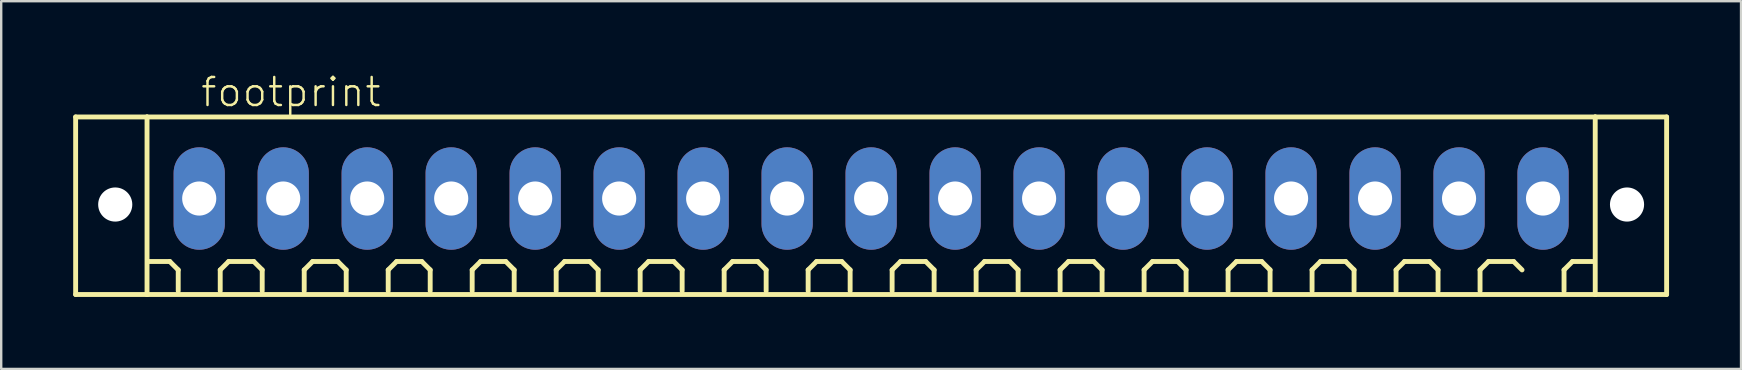
<source format=kicad_pcb>
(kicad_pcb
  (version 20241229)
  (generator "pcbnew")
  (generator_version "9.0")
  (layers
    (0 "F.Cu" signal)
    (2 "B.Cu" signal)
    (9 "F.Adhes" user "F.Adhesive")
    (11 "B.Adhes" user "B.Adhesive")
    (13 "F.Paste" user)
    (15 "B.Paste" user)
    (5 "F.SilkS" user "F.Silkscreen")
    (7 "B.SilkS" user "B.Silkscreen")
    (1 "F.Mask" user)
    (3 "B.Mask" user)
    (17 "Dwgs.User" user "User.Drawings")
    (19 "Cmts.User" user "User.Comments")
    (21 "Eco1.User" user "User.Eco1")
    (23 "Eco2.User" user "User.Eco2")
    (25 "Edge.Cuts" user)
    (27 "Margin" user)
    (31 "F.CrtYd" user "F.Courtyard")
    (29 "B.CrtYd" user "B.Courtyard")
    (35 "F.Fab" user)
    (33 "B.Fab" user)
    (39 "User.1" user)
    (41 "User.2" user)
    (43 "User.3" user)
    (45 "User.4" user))
  (footprint "footprint"
    (layer "F.Cu")
    (at 33.252 5.223)
    (property "Reference" "footprint" (at -28 -3.75 0) (layer "F.SilkS") (effects (font (size 1.168 1.168) (thickness 0.102)) (justify left bottom)))
    (fp_line (start -33.15 -3.4) (end -30.175 -3.4) (stroke (width 0.203) (type solid)) (layer "F.SilkS"))
    (fp_line (start -33.15 4) (end -33.15 -3.4) (stroke (width 0.203) (type solid)) (layer "F.SilkS"))
    (fp_line (start -30.175 -3.4) (end 30.175 -3.4) (stroke (width 0.203) (type solid)) (layer "F.SilkS"))
    (fp_line (start -30.175 4) (end -33.15 4) (stroke (width 0.203) (type solid)) (layer "F.SilkS"))
    (fp_line (start -30.175 4) (end -30.175 -3.4) (stroke (width 0.203) (type solid)) (layer "F.SilkS"))
    (fp_line (start -29.225 2.625) (end -30.1 2.625) (stroke (width 0.203) (type solid)) (layer "F.SilkS"))
    (fp_line (start -28.875 2.975) (end -29.225 2.625) (stroke (width 0.203) (type solid)) (layer "F.SilkS"))
    (fp_line (start -28.875 3.85) (end -28.875 2.975) (stroke (width 0.203) (type solid)) (layer "F.SilkS"))
    (fp_line (start -27.125 2.975) (end -26.775 2.625) (stroke (width 0.203) (type solid)) (layer "F.SilkS"))
    (fp_line (start -27.125 3.85) (end -27.125 2.975) (stroke (width 0.203) (type solid)) (layer "F.SilkS"))
    (fp_line (start -26.775 2.625) (end -25.725 2.625) (stroke (width 0.203) (type solid)) (layer "F.SilkS"))
    (fp_line (start -25.725 2.625) (end -25.375 2.975) (stroke (width 0.203) (type solid)) (layer "F.SilkS"))
    (fp_line (start -25.375 2.975) (end -25.375 3.85) (stroke (width 0.203) (type solid)) (layer "F.SilkS"))
    (fp_line (start -23.625 2.975) (end -23.275 2.625) (stroke (width 0.203) (type solid)) (layer "F.SilkS"))
    (fp_line (start -23.625 3.85) (end -23.625 2.975) (stroke (width 0.203) (type solid)) (layer "F.SilkS"))
    (fp_line (start -23.275 2.625) (end -22.225 2.625) (stroke (width 0.203) (type solid)) (layer "F.SilkS"))
    (fp_line (start -22.225 2.625) (end -21.875 2.975) (stroke (width 0.203) (type solid)) (layer "F.SilkS"))
    (fp_line (start -21.875 2.975) (end -21.875 3.85) (stroke (width 0.203) (type solid)) (layer "F.SilkS"))
    (fp_line (start -20.125 2.975) (end -19.775 2.625) (stroke (width 0.203) (type solid)) (layer "F.SilkS"))
    (fp_line (start -20.125 3.85) (end -20.125 2.975) (stroke (width 0.203) (type solid)) (layer "F.SilkS"))
    (fp_line (start -19.775 2.625) (end -18.725 2.625) (stroke (width 0.203) (type solid)) (layer "F.SilkS"))
    (fp_line (start -18.725 2.625) (end -18.375 2.975) (stroke (width 0.203) (type solid)) (layer "F.SilkS"))
    (fp_line (start -18.375 2.975) (end -18.375 3.85) (stroke (width 0.203) (type solid)) (layer "F.SilkS"))
    (fp_line (start -16.625 2.975) (end -16.275 2.625) (stroke (width 0.203) (type solid)) (layer "F.SilkS"))
    (fp_line (start -16.625 3.85) (end -16.625 2.975) (stroke (width 0.203) (type solid)) (layer "F.SilkS"))
    (fp_line (start -16.275 2.625) (end -15.225 2.625) (stroke (width 0.203) (type solid)) (layer "F.SilkS"))
    (fp_line (start -15.225 2.625) (end -14.875 2.975) (stroke (width 0.203) (type solid)) (layer "F.SilkS"))
    (fp_line (start -14.875 2.975) (end -14.875 3.85) (stroke (width 0.203) (type solid)) (layer "F.SilkS"))
    (fp_line (start -13.125 2.975) (end -12.775 2.625) (stroke (width 0.203) (type solid)) (layer "F.SilkS"))
    (fp_line (start -13.125 3.85) (end -13.125 2.975) (stroke (width 0.203) (type solid)) (layer "F.SilkS"))
    (fp_line (start -12.775 2.625) (end -11.725 2.625) (stroke (width 0.203) (type solid)) (layer "F.SilkS"))
    (fp_line (start -11.725 2.625) (end -11.375 2.975) (stroke (width 0.203) (type solid)) (layer "F.SilkS"))
    (fp_line (start -11.375 2.975) (end -11.375 3.85) (stroke (width 0.203) (type solid)) (layer "F.SilkS"))
    (fp_line (start -9.625 2.975) (end -9.275 2.625) (stroke (width 0.203) (type solid)) (layer "F.SilkS"))
    (fp_line (start -9.625 3.85) (end -9.625 2.975) (stroke (width 0.203) (type solid)) (layer "F.SilkS"))
    (fp_line (start -9.275 2.625) (end -8.225 2.625) (stroke (width 0.203) (type solid)) (layer "F.SilkS"))
    (fp_line (start -8.225 2.625) (end -7.875 2.975) (stroke (width 0.203) (type solid)) (layer "F.SilkS"))
    (fp_line (start -7.875 2.975) (end -7.875 3.85) (stroke (width 0.203) (type solid)) (layer "F.SilkS"))
    (fp_line (start -6.125 2.975) (end -5.775 2.625) (stroke (width 0.203) (type solid)) (layer "F.SilkS"))
    (fp_line (start -6.125 3.85) (end -6.125 2.975) (stroke (width 0.203) (type solid)) (layer "F.SilkS"))
    (fp_line (start -5.775 2.625) (end -4.725 2.625) (stroke (width 0.203) (type solid)) (layer "F.SilkS"))
    (fp_line (start -4.725 2.625) (end -4.375 2.975) (stroke (width 0.203) (type solid)) (layer "F.SilkS"))
    (fp_line (start -4.375 2.975) (end -4.375 3.85) (stroke (width 0.203) (type solid)) (layer "F.SilkS"))
    (fp_line (start -2.625 2.975) (end -2.275 2.625) (stroke (width 0.203) (type solid)) (layer "F.SilkS"))
    (fp_line (start -2.625 3.85) (end -2.625 2.975) (stroke (width 0.203) (type solid)) (layer "F.SilkS"))
    (fp_line (start -2.275 2.625) (end -1.225 2.625) (stroke (width 0.203) (type solid)) (layer "F.SilkS"))
    (fp_line (start -1.225 2.625) (end -0.875 2.975) (stroke (width 0.203) (type solid)) (layer "F.SilkS"))
    (fp_line (start -0.875 2.975) (end -0.875 3.85) (stroke (width 0.203) (type solid)) (layer "F.SilkS"))
    (fp_line (start 0.875 2.975) (end 1.225 2.625) (stroke (width 0.203) (type solid)) (layer "F.SilkS"))
    (fp_line (start 0.875 3.85) (end 0.875 2.975) (stroke (width 0.203) (type solid)) (layer "F.SilkS"))
    (fp_line (start 1.225 2.625) (end 2.275 2.625) (stroke (width 0.203) (type solid)) (layer "F.SilkS"))
    (fp_line (start 2.275 2.625) (end 2.625 2.975) (stroke (width 0.203) (type solid)) (layer "F.SilkS"))
    (fp_line (start 2.625 2.975) (end 2.625 3.85) (stroke (width 0.203) (type solid)) (layer "F.SilkS"))
    (fp_line (start 4.375 2.975) (end 4.725 2.625) (stroke (width 0.203) (type solid)) (layer "F.SilkS"))
    (fp_line (start 4.375 3.85) (end 4.375 2.975) (stroke (width 0.203) (type solid)) (layer "F.SilkS"))
    (fp_line (start 4.725 2.625) (end 5.775 2.625) (stroke (width 0.203) (type solid)) (layer "F.SilkS"))
    (fp_line (start 5.775 2.625) (end 6.125 2.975) (stroke (width 0.203) (type solid)) (layer "F.SilkS"))
    (fp_line (start 6.125 2.975) (end 6.125 3.85) (stroke (width 0.203) (type solid)) (layer "F.SilkS"))
    (fp_line (start 7.875 2.975) (end 8.225 2.625) (stroke (width 0.203) (type solid)) (layer "F.SilkS"))
    (fp_line (start 7.875 3.85) (end 7.875 2.975) (stroke (width 0.203) (type solid)) (layer "F.SilkS"))
    (fp_line (start 8.225 2.625) (end 9.275 2.625) (stroke (width 0.203) (type solid)) (layer "F.SilkS"))
    (fp_line (start 9.275 2.625) (end 9.625 2.975) (stroke (width 0.203) (type solid)) (layer "F.SilkS"))
    (fp_line (start 9.625 2.975) (end 9.625 3.85) (stroke (width 0.203) (type solid)) (layer "F.SilkS"))
    (fp_line (start 11.375 2.975) (end 11.725 2.625) (stroke (width 0.203) (type solid)) (layer "F.SilkS"))
    (fp_line (start 11.375 3.85) (end 11.375 2.975) (stroke (width 0.203) (type solid)) (layer "F.SilkS"))
    (fp_line (start 11.725 2.625) (end 12.775 2.625) (stroke (width 0.203) (type solid)) (layer "F.SilkS"))
    (fp_line (start 12.775 2.625) (end 13.125 2.975) (stroke (width 0.203) (type solid)) (layer "F.SilkS"))
    (fp_line (start 13.125 2.975) (end 13.125 3.85) (stroke (width 0.203) (type solid)) (layer "F.SilkS"))
    (fp_line (start 14.875 2.975) (end 15.225 2.625) (stroke (width 0.203) (type solid)) (layer "F.SilkS"))
    (fp_line (start 14.875 3.85) (end 14.875 2.975) (stroke (width 0.203) (type solid)) (layer "F.SilkS"))
    (fp_line (start 15.225 2.625) (end 16.275 2.625) (stroke (width 0.203) (type solid)) (layer "F.SilkS"))
    (fp_line (start 16.275 2.625) (end 16.625 2.975) (stroke (width 0.203) (type solid)) (layer "F.SilkS"))
    (fp_line (start 16.625 2.975) (end 16.625 3.85) (stroke (width 0.203) (type solid)) (layer "F.SilkS"))
    (fp_line (start 18.375 2.975) (end 18.725 2.625) (stroke (width 0.203) (type solid)) (layer "F.SilkS"))
    (fp_line (start 18.375 3.85) (end 18.375 2.975) (stroke (width 0.203) (type solid)) (layer "F.SilkS"))
    (fp_line (start 18.725 2.625) (end 19.775 2.625) (stroke (width 0.203) (type solid)) (layer "F.SilkS"))
    (fp_line (start 19.775 2.625) (end 20.125 2.975) (stroke (width 0.203) (type solid)) (layer "F.SilkS"))
    (fp_line (start 20.125 2.975) (end 20.125 3.85) (stroke (width 0.203) (type solid)) (layer "F.SilkS"))
    (fp_line (start 21.875 2.975) (end 22.225 2.625) (stroke (width 0.203) (type solid)) (layer "F.SilkS"))
    (fp_line (start 21.875 3.85) (end 21.875 2.975) (stroke (width 0.203) (type solid)) (layer "F.SilkS"))
    (fp_line (start 22.225 2.625) (end 23.275 2.625) (stroke (width 0.203) (type solid)) (layer "F.SilkS"))
    (fp_line (start 23.275 2.625) (end 23.625 2.975) (stroke (width 0.203) (type solid)) (layer "F.SilkS"))
    (fp_line (start 23.625 2.975) (end 23.625 3.85) (stroke (width 0.203) (type solid)) (layer "F.SilkS"))
    (fp_line (start 25.375 2.975) (end 25.725 2.625) (stroke (width 0.203) (type solid)) (layer "F.SilkS"))
    (fp_line (start 25.375 3.85) (end 25.375 2.975) (stroke (width 0.203) (type solid)) (layer "F.SilkS"))
    (fp_line (start 25.725 2.625) (end 26.775 2.625) (stroke (width 0.203) (type solid)) (layer "F.SilkS"))
    (fp_line (start 26.775 2.625) (end 27.125 2.975) (stroke (width 0.203) (type solid)) (layer "F.SilkS"))
    (fp_line (start 28.875 2.975) (end 29.225 2.625) (stroke (width 0.203) (type solid)) (layer "F.SilkS"))
    (fp_line (start 28.875 3.85) (end 28.875 2.975) (stroke (width 0.203) (type solid)) (layer "F.SilkS"))
    (fp_line (start 29.225 2.625) (end 30.1 2.625) (stroke (width 0.203) (type solid)) (layer "F.SilkS"))
    (fp_line (start 30.175 -3.4) (end 30.175 4) (stroke (width 0.203) (type solid)) (layer "F.SilkS"))
    (fp_line (start 30.175 -3.4) (end 33.15 -3.4) (stroke (width 0.203) (type solid)) (layer "F.SilkS"))
    (fp_line (start 30.175 4) (end -30.175 4) (stroke (width 0.203) (type solid)) (layer "F.SilkS"))
    (fp_line (start 33.15 -3.4) (end 33.15 4) (stroke (width 0.203) (type solid)) (layer "F.SilkS"))
    (fp_line (start 33.15 4) (end 30.175 4) (stroke (width 0.203) (type solid)) (layer "F.SilkS"))
    (pad "" np_thru_hole circle (at -31.5 0.25) (size 1.422 1.422) (drill 1.422) (layers "*.Cu" "*.Mask"))
    (pad "" np_thru_hole circle (at 31.5 0.25) (size 1.422 1.422) (drill 1.422) (layers "*.Cu" "*.Mask"))
    (pad "1" thru_hole oval (at -28 0 90) (size 4.267 2.134) (drill 1.422) (layers "*.Cu" "*.Mask"))
    (pad "2" thru_hole oval (at -24.5 0 90) (size 4.267 2.134) (drill 1.422) (layers "*.Cu" "*.Mask"))
    (pad "3" thru_hole oval (at -21 0 90) (size 4.267 2.134) (drill 1.422) (layers "*.Cu" "*.Mask"))
    (pad "4" thru_hole oval (at -17.5 0 90) (size 4.267 2.134) (drill 1.422) (layers "*.Cu" "*.Mask"))
    (pad "5" thru_hole oval (at -14 0 90) (size 4.267 2.134) (drill 1.422) (layers "*.Cu" "*.Mask"))
    (pad "6" thru_hole oval (at -10.5 0 90) (size 4.267 2.134) (drill 1.422) (layers "*.Cu" "*.Mask"))
    (pad "7" thru_hole oval (at -7 0 90) (size 4.267 2.134) (drill 1.422) (layers "*.Cu" "*.Mask"))
    (pad "8" thru_hole oval (at -3.5 0 90) (size 4.267 2.134) (drill 1.422) (layers "*.Cu" "*.Mask"))
    (pad "9" thru_hole oval (at 0 0 90) (size 4.267 2.134) (drill 1.422) (layers "*.Cu" "*.Mask"))
    (pad "10" thru_hole oval (at 3.5 0 90) (size 4.267 2.134) (drill 1.422) (layers "*.Cu" "*.Mask"))
    (pad "11" thru_hole oval (at 7 0 90) (size 4.267 2.134) (drill 1.422) (layers "*.Cu" "*.Mask"))
    (pad "12" thru_hole oval (at 10.5 0 90) (size 4.267 2.134) (drill 1.422) (layers "*.Cu" "*.Mask"))
    (pad "13" thru_hole oval (at 14 0 90) (size 4.267 2.134) (drill 1.422) (layers "*.Cu" "*.Mask"))
    (pad "14" thru_hole oval (at 17.5 0 90) (size 4.267 2.134) (drill 1.422) (layers "*.Cu" "*.Mask"))
    (pad "15" thru_hole oval (at 21 0 90) (size 4.267 2.134) (drill 1.422) (layers "*.Cu" "*.Mask"))
    (pad "16" thru_hole oval (at 24.5 0 90) (size 4.267 2.134) (drill 1.422) (layers "*.Cu" "*.Mask"))
    (pad "17" thru_hole oval (at 28 0 90) (size 4.267 2.134) (drill 1.422) (layers "*.Cu" "*.Mask")))
  (gr_rect
    (start -3 -3)
    (end 69.503 12.325)
    (stroke (width 0.1) (type default))
    (fill no)
    (layer "Edge.Cuts")))
</source>
